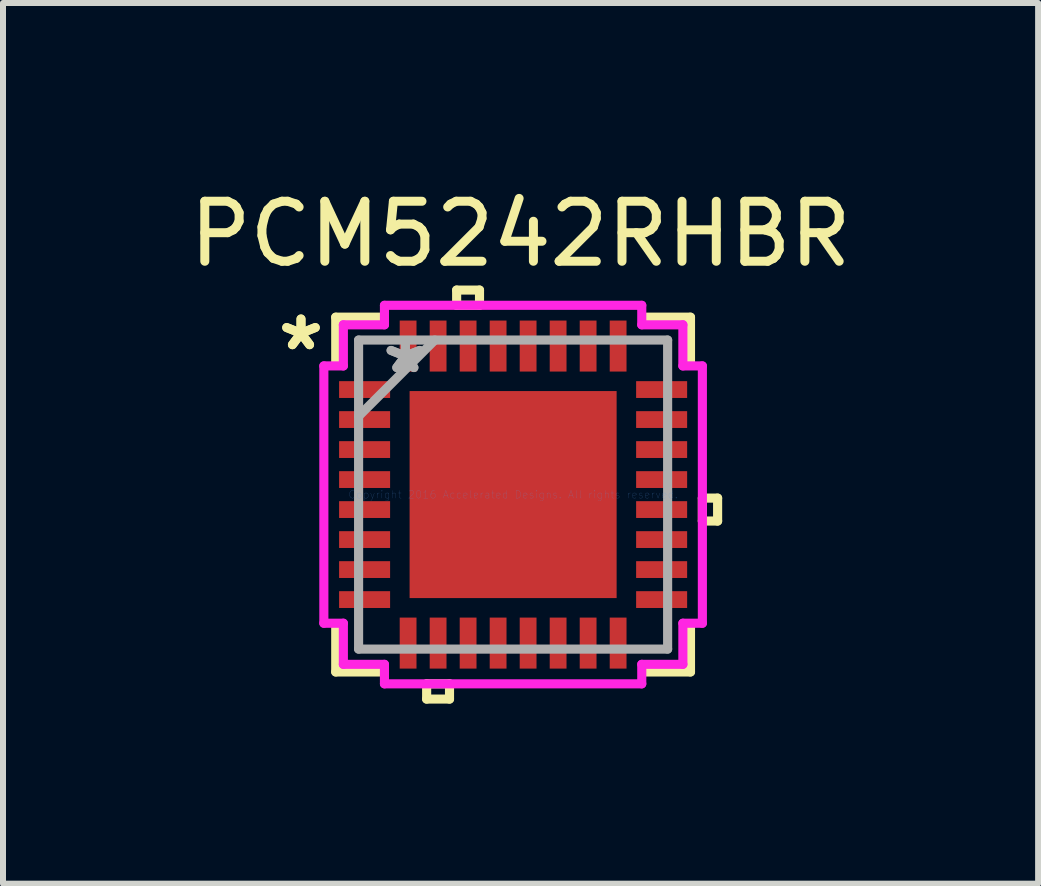
<source format=kicad_pcb>
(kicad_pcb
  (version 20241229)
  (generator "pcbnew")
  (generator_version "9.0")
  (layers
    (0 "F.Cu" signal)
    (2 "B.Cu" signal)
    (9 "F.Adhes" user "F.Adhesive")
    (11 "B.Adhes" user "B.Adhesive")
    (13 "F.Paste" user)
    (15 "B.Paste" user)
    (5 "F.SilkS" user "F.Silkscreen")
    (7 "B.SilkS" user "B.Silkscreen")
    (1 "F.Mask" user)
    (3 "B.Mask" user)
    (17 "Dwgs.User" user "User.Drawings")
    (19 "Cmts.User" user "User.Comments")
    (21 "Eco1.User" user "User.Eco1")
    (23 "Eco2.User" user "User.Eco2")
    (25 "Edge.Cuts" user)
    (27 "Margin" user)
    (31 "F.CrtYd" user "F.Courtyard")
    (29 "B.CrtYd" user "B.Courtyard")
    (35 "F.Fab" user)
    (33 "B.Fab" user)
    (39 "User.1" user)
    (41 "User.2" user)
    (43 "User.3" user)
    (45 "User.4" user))
  (footprint "PCM5242RHBR"
    (layer "F.Cu")
    (at 5.501 5.192)
    (property "Reference" "PCM5242RHBR" (at 0.124 -4.343 0) (layer "F.SilkS") (effects (font (size 1 1) (thickness 0.15))))
    (attr through_hole)
    (fp_line (start -1.788 -1.788) (end -1.381 -1.788) (stroke (width 0.152) (type solid)) (layer "F.Mask"))
    (fp_line (start -1.788 -1.788) (end 1.788 -1.788) (stroke (width 0.152) (type solid)) (layer "F.Mask"))
    (fp_line (start -1.788 -1.381) (end -1.788 -1.788) (stroke (width 0.152) (type solid)) (layer "F.Mask"))
    (fp_line (start -1.788 -0.981) (end 1.788 -0.981) (stroke (width 0.152) (type solid)) (layer "F.Mask"))
    (fp_line (start -1.788 -0.594) (end -1.788 -0.981) (stroke (width 0.152) (type solid)) (layer "F.Mask"))
    (fp_line (start -1.788 -0.194) (end 1.788 -0.194) (stroke (width 0.152) (type solid)) (layer "F.Mask"))
    (fp_line (start -1.788 0.194) (end -1.788 -0.194) (stroke (width 0.152) (type solid)) (layer "F.Mask"))
    (fp_line (start -1.788 0.594) (end 1.788 0.594) (stroke (width 0.152) (type solid)) (layer "F.Mask"))
    (fp_line (start -1.788 0.981) (end -1.788 0.594) (stroke (width 0.152) (type solid)) (layer "F.Mask"))
    (fp_line (start -1.788 1.381) (end 1.788 1.381) (stroke (width 0.152) (type solid)) (layer "F.Mask"))
    (fp_line (start -1.788 1.788) (end -1.788 -1.788) (stroke (width 0.152) (type solid)) (layer "F.Mask"))
    (fp_line (start -1.788 1.788) (end -1.788 1.381) (stroke (width 0.152) (type solid)) (layer "F.Mask"))
    (fp_line (start -1.381 -1.788) (end -1.381 1.788) (stroke (width 0.152) (type solid)) (layer "F.Mask"))
    (fp_line (start -1.381 1.788) (end -1.788 1.788) (stroke (width 0.152) (type solid)) (layer "F.Mask"))
    (fp_line (start -0.981 -1.788) (end -0.981 1.788) (stroke (width 0.152) (type solid)) (layer "F.Mask"))
    (fp_line (start -0.981 1.788) (end -0.594 1.788) (stroke (width 0.152) (type solid)) (layer "F.Mask"))
    (fp_line (start -0.594 -1.788) (end -0.981 -1.788) (stroke (width 0.152) (type solid)) (layer "F.Mask"))
    (fp_line (start -0.594 1.788) (end -0.594 -1.788) (stroke (width 0.152) (type solid)) (layer "F.Mask"))
    (fp_line (start -0.194 -1.788) (end -0.194 1.788) (stroke (width 0.152) (type solid)) (layer "F.Mask"))
    (fp_line (start -0.194 1.788) (end 0.194 1.788) (stroke (width 0.152) (type solid)) (layer "F.Mask"))
    (fp_line (start 0.194 -1.788) (end -0.194 -1.788) (stroke (width 0.152) (type solid)) (layer "F.Mask"))
    (fp_line (start 0.194 1.788) (end 0.194 -1.788) (stroke (width 0.152) (type solid)) (layer "F.Mask"))
    (fp_line (start 0.594 -1.788) (end 0.594 1.788) (stroke (width 0.152) (type solid)) (layer "F.Mask"))
    (fp_line (start 0.594 1.788) (end 0.981 1.788) (stroke (width 0.152) (type solid)) (layer "F.Mask"))
    (fp_line (start 0.981 -1.788) (end 0.594 -1.788) (stroke (width 0.152) (type solid)) (layer "F.Mask"))
    (fp_line (start 0.981 1.788) (end 0.981 -1.788) (stroke (width 0.152) (type solid)) (layer "F.Mask"))
    (fp_line (start 1.381 -1.788) (end 1.788 -1.788) (stroke (width 0.152) (type solid)) (layer "F.Mask"))
    (fp_line (start 1.381 1.788) (end 1.381 -1.788) (stroke (width 0.152) (type solid)) (layer "F.Mask"))
    (fp_line (start 1.788 -1.788) (end 1.788 -1.381) (stroke (width 0.152) (type solid)) (layer "F.Mask"))
    (fp_line (start 1.788 -1.788) (end 1.788 1.788) (stroke (width 0.152) (type solid)) (layer "F.Mask"))
    (fp_line (start 1.788 -1.381) (end -1.788 -1.381) (stroke (width 0.152) (type solid)) (layer "F.Mask"))
    (fp_line (start 1.788 -0.981) (end 1.788 -0.594) (stroke (width 0.152) (type solid)) (layer "F.Mask"))
    (fp_line (start 1.788 -0.594) (end -1.788 -0.594) (stroke (width 0.152) (type solid)) (layer "F.Mask"))
    (fp_line (start 1.788 -0.194) (end 1.788 0.194) (stroke (width 0.152) (type solid)) (layer "F.Mask"))
    (fp_line (start 1.788 0.194) (end -1.788 0.194) (stroke (width 0.152) (type solid)) (layer "F.Mask"))
    (fp_line (start 1.788 0.594) (end 1.788 0.981) (stroke (width 0.152) (type solid)) (layer "F.Mask"))
    (fp_line (start 1.788 0.981) (end -1.788 0.981) (stroke (width 0.152) (type solid)) (layer "F.Mask"))
    (fp_line (start 1.788 1.381) (end 1.788 1.788) (stroke (width 0.152) (type solid)) (layer "F.Mask"))
    (fp_line (start 1.788 1.788) (end -1.788 1.788) (stroke (width 0.152) (type solid)) (layer "F.Mask"))
    (fp_line (start 1.788 1.788) (end 1.381 1.788) (stroke (width 0.152) (type solid)) (layer "F.Mask"))
    (fp_line (start -2.956 -2.956) (end -2.956 -2.218) (stroke (width 0.152) (type solid)) (layer "F.SilkS"))
    (fp_line (start -2.956 2.218) (end -2.956 2.956) (stroke (width 0.152) (type solid)) (layer "F.SilkS"))
    (fp_line (start -2.956 2.956) (end -2.218 2.956) (stroke (width 0.152) (type solid)) (layer "F.SilkS"))
    (fp_line (start -2.218 -2.956) (end -2.956 -2.956) (stroke (width 0.152) (type solid)) (layer "F.SilkS"))
    (fp_line (start -1.441 3.154) (end -1.441 3.408) (stroke (width 0.152) (type solid)) (layer "F.SilkS"))
    (fp_line (start -1.441 3.408) (end -1.06 3.408) (stroke (width 0.152) (type solid)) (layer "F.SilkS"))
    (fp_line (start -1.06 3.154) (end -1.441 3.154) (stroke (width 0.152) (type solid)) (layer "F.SilkS"))
    (fp_line (start -1.06 3.408) (end -1.06 3.154) (stroke (width 0.152) (type solid)) (layer "F.SilkS"))
    (fp_line (start -0.941 -3.408) (end -0.56 -3.408) (stroke (width 0.152) (type solid)) (layer "F.SilkS"))
    (fp_line (start -0.941 -3.154) (end -0.941 -3.408) (stroke (width 0.152) (type solid)) (layer "F.SilkS"))
    (fp_line (start -0.56 -3.408) (end -0.56 -3.154) (stroke (width 0.152) (type solid)) (layer "F.SilkS"))
    (fp_line (start -0.56 -3.154) (end -0.941 -3.154) (stroke (width 0.152) (type solid)) (layer "F.SilkS"))
    (fp_line (start 2.218 2.956) (end 2.956 2.956) (stroke (width 0.152) (type solid)) (layer "F.SilkS"))
    (fp_line (start 2.956 -2.956) (end 2.218 -2.956) (stroke (width 0.152) (type solid)) (layer "F.SilkS"))
    (fp_line (start 2.956 -2.218) (end 2.956 -2.956) (stroke (width 0.152) (type solid)) (layer "F.SilkS"))
    (fp_line (start 2.956 2.956) (end 2.956 2.218) (stroke (width 0.152) (type solid)) (layer "F.SilkS"))
    (fp_line (start 3.154 0.059) (end 3.408 0.059) (stroke (width 0.152) (type solid)) (layer "F.SilkS"))
    (fp_line (start 3.154 0.441) (end 3.154 0.059) (stroke (width 0.152) (type solid)) (layer "F.SilkS"))
    (fp_line (start 3.408 0.059) (end 3.408 0.441) (stroke (width 0.152) (type solid)) (layer "F.SilkS"))
    (fp_line (start 3.408 0.441) (end 3.154 0.441) (stroke (width 0.152) (type solid)) (layer "F.SilkS"))
    (fp_line (start -1.65 -1.65) (end -1.65 -1.281) (stroke (width 0.152) (type solid)) (layer "F.Paste"))
    (fp_line (start -1.65 -1.281) (end -1.423 -1.281) (stroke (width 0.152) (type solid)) (layer "F.Paste"))
    (fp_line (start -1.65 -1.081) (end -1.65 -0.494) (stroke (width 0.152) (type solid)) (layer "F.Paste"))
    (fp_line (start -1.65 -0.494) (end -1.423 -0.494) (stroke (width 0.152) (type solid)) (layer "F.Paste"))
    (fp_line (start -1.65 -0.294) (end -1.65 0.294) (stroke (width 0.152) (type solid)) (layer "F.Paste"))
    (fp_line (start -1.65 0.294) (end -1.423 0.294) (stroke (width 0.152) (type solid)) (layer "F.Paste"))
    (fp_line (start -1.65 0.494) (end -1.65 1.081) (stroke (width 0.152) (type solid)) (layer "F.Paste"))
    (fp_line (start -1.65 1.081) (end -1.423 1.081) (stroke (width 0.152) (type solid)) (layer "F.Paste"))
    (fp_line (start -1.65 1.281) (end -1.65 1.65) (stroke (width 0.152) (type solid)) (layer "F.Paste"))
    (fp_line (start -1.65 1.65) (end -1.281 1.65) (stroke (width 0.152) (type solid)) (layer "F.Paste"))
    (fp_line (start -1.423 -1.281) (end -1.423 -1.281) (stroke (width 0.152) (type solid)) (layer "F.Paste"))
    (fp_line (start -1.423 -1.281) (end -1.281 -1.423) (stroke (width 0.152) (type solid)) (layer "F.Paste"))
    (fp_line (start -1.423 -1.081) (end -1.65 -1.081) (stroke (width 0.152) (type solid)) (layer "F.Paste"))
    (fp_line (start -1.423 -1.081) (end -1.423 -1.081) (stroke (width 0.152) (type solid)) (layer "F.Paste"))
    (fp_line (start -1.423 -0.494) (end -1.423 -0.494) (stroke (width 0.152) (type solid)) (layer "F.Paste"))
    (fp_line (start -1.423 -0.494) (end -1.281 -0.635) (stroke (width 0.152) (type solid)) (layer "F.Paste"))
    (fp_line (start -1.423 -0.294) (end -1.65 -0.294) (stroke (width 0.152) (type solid)) (layer "F.Paste"))
    (fp_line (start -1.423 -0.294) (end -1.423 -0.294) (stroke (width 0.152) (type solid)) (layer "F.Paste"))
    (fp_line (start -1.423 0.294) (end -1.423 0.294) (stroke (width 0.152) (type solid)) (layer "F.Paste"))
    (fp_line (start -1.423 0.294) (end -1.281 0.152) (stroke (width 0.152) (type solid)) (layer "F.Paste"))
    (fp_line (start -1.423 0.494) (end -1.65 0.494) (stroke (width 0.152) (type solid)) (layer "F.Paste"))
    (fp_line (start -1.423 0.494) (end -1.423 0.494) (stroke (width 0.152) (type solid)) (layer "F.Paste"))
    (fp_line (start -1.423 1.081) (end -1.423 1.081) (stroke (width 0.152) (type solid)) (layer "F.Paste"))
    (fp_line (start -1.423 1.081) (end -1.281 0.94) (stroke (width 0.152) (type solid)) (layer "F.Paste"))
    (fp_line (start -1.423 1.281) (end -1.65 1.281) (stroke (width 0.152) (type solid)) (layer "F.Paste"))
    (fp_line (start -1.423 1.281) (end -1.423 1.281) (stroke (width 0.152) (type solid)) (layer "F.Paste"))
    (fp_line (start -1.281 -1.65) (end -1.65 -1.65) (stroke (width 0.152) (type solid)) (layer "F.Paste"))
    (fp_line (start -1.281 -1.423) (end -1.281 -1.65) (stroke (width 0.152) (type solid)) (layer "F.Paste"))
    (fp_line (start -1.281 -1.423) (end -1.281 -1.423) (stroke (width 0.152) (type solid)) (layer "F.Paste"))
    (fp_line (start -1.281 -0.94) (end -1.423 -1.081) (stroke (width 0.152) (type solid)) (layer "F.Paste"))
    (fp_line (start -1.281 -0.94) (end -1.281 -0.94) (stroke (width 0.152) (type solid)) (layer "F.Paste"))
    (fp_line (start -1.281 -0.635) (end -1.281 -0.94) (stroke (width 0.152) (type solid)) (layer "F.Paste"))
    (fp_line (start -1.281 -0.635) (end -1.281 -0.635) (stroke (width 0.152) (type solid)) (layer "F.Paste"))
    (fp_line (start -1.281 -0.152) (end -1.423 -0.294) (stroke (width 0.152) (type solid)) (layer "F.Paste"))
    (fp_line (start -1.281 -0.152) (end -1.281 -0.152) (stroke (width 0.152) (type solid)) (layer "F.Paste"))
    (fp_line (start -1.281 0.152) (end -1.281 -0.152) (stroke (width 0.152) (type solid)) (layer "F.Paste"))
    (fp_line (start -1.281 0.152) (end -1.281 0.152) (stroke (width 0.152) (type solid)) (layer "F.Paste"))
    (fp_line (start -1.281 0.635) (end -1.423 0.494) (stroke (width 0.152) (type solid)) (layer "F.Paste"))
    (fp_line (start -1.281 0.635) (end -1.281 0.635) (stroke (width 0.152) (type solid)) (layer "F.Paste"))
    (fp_line (start -1.281 0.94) (end -1.281 0.635) (stroke (width 0.152) (type solid)) (layer "F.Paste"))
    (fp_line (start -1.281 0.94) (end -1.281 0.94) (stroke (width 0.152) (type solid)) (layer "F.Paste"))
    (fp_line (start -1.281 1.423) (end -1.423 1.281) (stroke (width 0.152) (type solid)) (layer "F.Paste"))
    (fp_line (start -1.281 1.423) (end -1.281 1.423) (stroke (width 0.152) (type solid)) (layer "F.Paste"))
    (fp_line (start -1.281 1.65) (end -1.281 1.423) (stroke (width 0.152) (type solid)) (layer "F.Paste"))
    (fp_line (start -1.081 -1.65) (end -1.081 -1.423) (stroke (width 0.152) (type solid)) (layer "F.Paste"))
    (fp_line (start -1.081 -1.423) (end -1.081 -1.423) (stroke (width 0.152) (type solid)) (layer "F.Paste"))
    (fp_line (start -1.081 -1.423) (end -0.94 -1.281) (stroke (width 0.152) (type solid)) (layer "F.Paste"))
    (fp_line (start -1.081 -0.94) (end -1.081 -0.94) (stroke (width 0.152) (type solid)) (layer "F.Paste"))
    (fp_line (start -1.081 -0.94) (end -1.081 -0.635) (stroke (width 0.152) (type solid)) (layer "F.Paste"))
    (fp_line (start -1.081 -0.635) (end -1.081 -0.635) (stroke (width 0.152) (type solid)) (layer "F.Paste"))
    (fp_line (start -1.081 -0.635) (end -0.94 -0.494) (stroke (width 0.152) (type solid)) (layer "F.Paste"))
    (fp_line (start -1.081 -0.152) (end -1.081 -0.152) (stroke (width 0.152) (type solid)) (layer "F.Paste"))
    (fp_line (start -1.081 -0.152) (end -1.081 0.152) (stroke (width 0.152) (type solid)) (layer "F.Paste"))
    (fp_line (start -1.081 0.152) (end -1.081 0.152) (stroke (width 0.152) (type solid)) (layer "F.Paste"))
    (fp_line (start -1.081 0.152) (end -0.94 0.294) (stroke (width 0.152) (type solid)) (layer "F.Paste"))
    (fp_line (start -1.081 0.635) (end -1.081 0.635) (stroke (width 0.152) (type solid)) (layer "F.Paste"))
    (fp_line (start -1.081 0.635) (end -1.081 0.94) (stroke (width 0.152) (type solid)) (layer "F.Paste"))
    (fp_line (start -1.081 0.94) (end -1.081 0.94) (stroke (width 0.152) (type solid)) (layer "F.Paste"))
    (fp_line (start -1.081 0.94) (end -0.94 1.081) (stroke (width 0.152) (type solid)) (layer "F.Paste"))
    (fp_line (start -1.081 1.423) (end -1.081 1.423) (stroke (width 0.152) (type solid)) (layer "F.Paste"))
    (fp_line (start -1.081 1.423) (end -1.081 1.65) (stroke (width 0.152) (type solid)) (layer "F.Paste"))
    (fp_line (start -1.081 1.65) (end -0.494 1.65) (stroke (width 0.152) (type solid)) (layer "F.Paste"))
    (fp_line (start -0.94 -1.281) (end -0.94 -1.281) (stroke (width 0.152) (type solid)) (layer "F.Paste"))
    (fp_line (start -0.94 -1.281) (end -0.635 -1.281) (stroke (width 0.152) (type solid)) (layer "F.Paste"))
    (fp_line (start -0.94 -1.081) (end -1.081 -0.94) (stroke (width 0.152) (type solid)) (layer "F.Paste"))
    (fp_line (start -0.94 -1.081) (end -0.94 -1.081) (stroke (width 0.152) (type solid)) (layer "F.Paste"))
    (fp_line (start -0.94 -0.494) (end -0.94 -0.494) (stroke (width 0.152) (type solid)) (layer "F.Paste"))
    (fp_line (start -0.94 -0.494) (end -0.635 -0.494) (stroke (width 0.152) (type solid)) (layer "F.Paste"))
    (fp_line (start -0.94 -0.294) (end -1.081 -0.152) (stroke (width 0.152) (type solid)) (layer "F.Paste"))
    (fp_line (start -0.94 -0.294) (end -0.94 -0.294) (stroke (width 0.152) (type solid)) (layer "F.Paste"))
    (fp_line (start -0.94 0.294) (end -0.94 0.294) (stroke (width 0.152) (type solid)) (layer "F.Paste"))
    (fp_line (start -0.94 0.294) (end -0.635 0.294) (stroke (width 0.152) (type solid)) (layer "F.Paste"))
    (fp_line (start -0.94 0.494) (end -1.081 0.635) (stroke (width 0.152) (type solid)) (layer "F.Paste"))
    (fp_line (start -0.94 0.494) (end -0.94 0.494) (stroke (width 0.152) (type solid)) (layer "F.Paste"))
    (fp_line (start -0.94 1.081) (end -0.94 1.081) (stroke (width 0.152) (type solid)) (layer "F.Paste"))
    (fp_line (start -0.94 1.081) (end -0.635 1.081) (stroke (width 0.152) (type solid)) (layer "F.Paste"))
    (fp_line (start -0.94 1.281) (end -1.081 1.423) (stroke (width 0.152) (type solid)) (layer "F.Paste"))
    (fp_line (start -0.94 1.281) (end -0.94 1.281) (stroke (width 0.152) (type solid)) (layer "F.Paste"))
    (fp_line (start -0.635 -1.281) (end -0.635 -1.281) (stroke (width 0.152) (type solid)) (layer "F.Paste"))
    (fp_line (start -0.635 -1.281) (end -0.494 -1.423) (stroke (width 0.152) (type solid)) (layer "F.Paste"))
    (fp_line (start -0.635 -1.081) (end -0.94 -1.081) (stroke (width 0.152) (type solid)) (layer "F.Paste"))
    (fp_line (start -0.635 -1.081) (end -0.635 -1.081) (stroke (width 0.152) (type solid)) (layer "F.Paste"))
    (fp_line (start -0.635 -0.494) (end -0.635 -0.494) (stroke (width 0.152) (type solid)) (layer "F.Paste"))
    (fp_line (start -0.635 -0.494) (end -0.494 -0.635) (stroke (width 0.152) (type solid)) (layer "F.Paste"))
    (fp_line (start -0.635 -0.294) (end -0.94 -0.294) (stroke (width 0.152) (type solid)) (layer "F.Paste"))
    (fp_line (start -0.635 -0.294) (end -0.635 -0.294) (stroke (width 0.152) (type solid)) (layer "F.Paste"))
    (fp_line (start -0.635 0.294) (end -0.635 0.294) (stroke (width 0.152) (type solid)) (layer "F.Paste"))
    (fp_line (start -0.635 0.294) (end -0.494 0.152) (stroke (width 0.152) (type solid)) (layer "F.Paste"))
    (fp_line (start -0.635 0.494) (end -0.94 0.494) (stroke (width 0.152) (type solid)) (layer "F.Paste"))
    (fp_line (start -0.635 0.494) (end -0.635 0.494) (stroke (width 0.152) (type solid)) (layer "F.Paste"))
    (fp_line (start -0.635 1.081) (end -0.635 1.081) (stroke (width 0.152) (type solid)) (layer "F.Paste"))
    (fp_line (start -0.635 1.081) (end -0.494 0.94) (stroke (width 0.152) (type solid)) (layer "F.Paste"))
    (fp_line (start -0.635 1.281) (end -0.94 1.281) (stroke (width 0.152) (type solid)) (layer "F.Paste"))
    (fp_line (start -0.635 1.281) (end -0.635 1.281) (stroke (width 0.152) (type solid)) (layer "F.Paste"))
    (fp_line (start -0.494 -1.65) (end -1.081 -1.65) (stroke (width 0.152) (type solid)) (layer "F.Paste"))
    (fp_line (start -0.494 -1.423) (end -0.494 -1.65) (stroke (width 0.152) (type solid)) (layer "F.Paste"))
    (fp_line (start -0.494 -1.423) (end -0.494 -1.423) (stroke (width 0.152) (type solid)) (layer "F.Paste"))
    (fp_line (start -0.494 -0.94) (end -0.635 -1.081) (stroke (width 0.152) (type solid)) (layer "F.Paste"))
    (fp_line (start -0.494 -0.94) (end -0.494 -0.94) (stroke (width 0.152) (type solid)) (layer "F.Paste"))
    (fp_line (start -0.494 -0.635) (end -0.494 -0.94) (stroke (width 0.152) (type solid)) (layer "F.Paste"))
    (fp_line (start -0.494 -0.635) (end -0.494 -0.635) (stroke (width 0.152) (type solid)) (layer "F.Paste"))
    (fp_line (start -0.494 -0.152) (end -0.635 -0.294) (stroke (width 0.152) (type solid)) (layer "F.Paste"))
    (fp_line (start -0.494 -0.152) (end -0.494 -0.152) (stroke (width 0.152) (type solid)) (layer "F.Paste"))
    (fp_line (start -0.494 0.152) (end -0.494 -0.152) (stroke (width 0.152) (type solid)) (layer "F.Paste"))
    (fp_line (start -0.494 0.152) (end -0.494 0.152) (stroke (width 0.152) (type solid)) (layer "F.Paste"))
    (fp_line (start -0.494 0.635) (end -0.635 0.494) (stroke (width 0.152) (type solid)) (layer "F.Paste"))
    (fp_line (start -0.494 0.635) (end -0.494 0.635) (stroke (width 0.152) (type solid)) (layer "F.Paste"))
    (fp_line (start -0.494 0.94) (end -0.494 0.635) (stroke (width 0.152) (type solid)) (layer "F.Paste"))
    (fp_line (start -0.494 0.94) (end -0.494 0.94) (stroke (width 0.152) (type solid)) (layer "F.Paste"))
    (fp_line (start -0.494 1.423) (end -0.635 1.281) (stroke (width 0.152) (type solid)) (layer "F.Paste"))
    (fp_line (start -0.494 1.423) (end -0.494 1.423) (stroke (width 0.152) (type solid)) (layer "F.Paste"))
    (fp_line (start -0.494 1.65) (end -0.494 1.423) (stroke (width 0.152) (type solid)) (layer "F.Paste"))
    (fp_line (start -0.294 -1.65) (end -0.294 -1.423) (stroke (width 0.152) (type solid)) (layer "F.Paste"))
    (fp_line (start -0.294 -1.423) (end -0.294 -1.423) (stroke (width 0.152) (type solid)) (layer "F.Paste"))
    (fp_line (start -0.294 -1.423) (end -0.152 -1.281) (stroke (width 0.152) (type solid)) (layer "F.Paste"))
    (fp_line (start -0.294 -0.94) (end -0.294 -0.94) (stroke (width 0.152) (type solid)) (layer "F.Paste"))
    (fp_line (start -0.294 -0.94) (end -0.294 -0.635) (stroke (width 0.152) (type solid)) (layer "F.Paste"))
    (fp_line (start -0.294 -0.635) (end -0.294 -0.635) (stroke (width 0.152) (type solid)) (layer "F.Paste"))
    (fp_line (start -0.294 -0.635) (end -0.152 -0.494) (stroke (width 0.152) (type solid)) (layer "F.Paste"))
    (fp_line (start -0.294 -0.152) (end -0.294 -0.152) (stroke (width 0.152) (type solid)) (layer "F.Paste"))
    (fp_line (start -0.294 -0.152) (end -0.294 0.152) (stroke (width 0.152) (type solid)) (layer "F.Paste"))
    (fp_line (start -0.294 0.152) (end -0.294 0.152) (stroke (width 0.152) (type solid)) (layer "F.Paste"))
    (fp_line (start -0.294 0.152) (end -0.152 0.294) (stroke (width 0.152) (type solid)) (layer "F.Paste"))
    (fp_line (start -0.294 0.635) (end -0.294 0.635) (stroke (width 0.152) (type solid)) (layer "F.Paste"))
    (fp_line (start -0.294 0.635) (end -0.294 0.94) (stroke (width 0.152) (type solid)) (layer "F.Paste"))
    (fp_line (start -0.294 0.94) (end -0.294 0.94) (stroke (width 0.152) (type solid)) (layer "F.Paste"))
    (fp_line (start -0.294 0.94) (end -0.152 1.081) (stroke (width 0.152) (type solid)) (layer "F.Paste"))
    (fp_line (start -0.294 1.423) (end -0.294 1.423) (stroke (width 0.152) (type solid)) (layer "F.Paste"))
    (fp_line (start -0.294 1.423) (end -0.294 1.65) (stroke (width 0.152) (type solid)) (layer "F.Paste"))
    (fp_line (start -0.294 1.65) (end 0.294 1.65) (stroke (width 0.152) (type solid)) (layer "F.Paste"))
    (fp_line (start -0.152 -1.281) (end -0.152 -1.281) (stroke (width 0.152) (type solid)) (layer "F.Paste"))
    (fp_line (start -0.152 -1.281) (end 0.152 -1.281) (stroke (width 0.152) (type solid)) (layer "F.Paste"))
    (fp_line (start -0.152 -1.081) (end -0.294 -0.94) (stroke (width 0.152) (type solid)) (layer "F.Paste"))
    (fp_line (start -0.152 -1.081) (end -0.152 -1.081) (stroke (width 0.152) (type solid)) (layer "F.Paste"))
    (fp_line (start -0.152 -0.494) (end -0.152 -0.494) (stroke (width 0.152) (type solid)) (layer "F.Paste"))
    (fp_line (start -0.152 -0.494) (end 0.152 -0.494) (stroke (width 0.152) (type solid)) (layer "F.Paste"))
    (fp_line (start -0.152 -0.294) (end -0.294 -0.152) (stroke (width 0.152) (type solid)) (layer "F.Paste"))
    (fp_line (start -0.152 -0.294) (end -0.152 -0.294) (stroke (width 0.152) (type solid)) (layer "F.Paste"))
    (fp_line (start -0.152 0.294) (end -0.152 0.294) (stroke (width 0.152) (type solid)) (layer "F.Paste"))
    (fp_line (start -0.152 0.294) (end 0.152 0.294) (stroke (width 0.152) (type solid)) (layer "F.Paste"))
    (fp_line (start -0.152 0.494) (end -0.294 0.635) (stroke (width 0.152) (type solid)) (layer "F.Paste"))
    (fp_line (start -0.152 0.494) (end -0.152 0.494) (stroke (width 0.152) (type solid)) (layer "F.Paste"))
    (fp_line (start -0.152 1.081) (end -0.152 1.081) (stroke (width 0.152) (type solid)) (layer "F.Paste"))
    (fp_line (start -0.152 1.081) (end 0.152 1.081) (stroke (width 0.152) (type solid)) (layer "F.Paste"))
    (fp_line (start -0.152 1.281) (end -0.294 1.423) (stroke (width 0.152) (type solid)) (layer "F.Paste"))
    (fp_line (start -0.152 1.281) (end -0.152 1.281) (stroke (width 0.152) (type solid)) (layer "F.Paste"))
    (fp_line (start 0.152 -1.281) (end 0.152 -1.281) (stroke (width 0.152) (type solid)) (layer "F.Paste"))
    (fp_line (start 0.152 -1.281) (end 0.294 -1.423) (stroke (width 0.152) (type solid)) (layer "F.Paste"))
    (fp_line (start 0.152 -1.081) (end -0.152 -1.081) (stroke (width 0.152) (type solid)) (layer "F.Paste"))
    (fp_line (start 0.152 -1.081) (end 0.152 -1.081) (stroke (width 0.152) (type solid)) (layer "F.Paste"))
    (fp_line (start 0.152 -0.494) (end 0.152 -0.494) (stroke (width 0.152) (type solid)) (layer "F.Paste"))
    (fp_line (start 0.152 -0.494) (end 0.294 -0.635) (stroke (width 0.152) (type solid)) (layer "F.Paste"))
    (fp_line (start 0.152 -0.294) (end -0.152 -0.294) (stroke (width 0.152) (type solid)) (layer "F.Paste"))
    (fp_line (start 0.152 -0.294) (end 0.152 -0.294) (stroke (width 0.152) (type solid)) (layer "F.Paste"))
    (fp_line (start 0.152 0.294) (end 0.152 0.294) (stroke (width 0.152) (type solid)) (layer "F.Paste"))
    (fp_line (start 0.152 0.294) (end 0.294 0.152) (stroke (width 0.152) (type solid)) (layer "F.Paste"))
    (fp_line (start 0.152 0.494) (end -0.152 0.494) (stroke (width 0.152) (type solid)) (layer "F.Paste"))
    (fp_line (start 0.152 0.494) (end 0.152 0.494) (stroke (width 0.152) (type solid)) (layer "F.Paste"))
    (fp_line (start 0.152 1.081) (end 0.152 1.081) (stroke (width 0.152) (type solid)) (layer "F.Paste"))
    (fp_line (start 0.152 1.081) (end 0.294 0.94) (stroke (width 0.152) (type solid)) (layer "F.Paste"))
    (fp_line (start 0.152 1.281) (end -0.152 1.281) (stroke (width 0.152) (type solid)) (layer "F.Paste"))
    (fp_line (start 0.152 1.281) (end 0.152 1.281) (stroke (width 0.152) (type solid)) (layer "F.Paste"))
    (fp_line (start 0.294 -1.65) (end -0.294 -1.65) (stroke (width 0.152) (type solid)) (layer "F.Paste"))
    (fp_line (start 0.294 -1.423) (end 0.294 -1.65) (stroke (width 0.152) (type solid)) (layer "F.Paste"))
    (fp_line (start 0.294 -1.423) (end 0.294 -1.423) (stroke (width 0.152) (type solid)) (layer "F.Paste"))
    (fp_line (start 0.294 -0.94) (end 0.152 -1.081) (stroke (width 0.152) (type solid)) (layer "F.Paste"))
    (fp_line (start 0.294 -0.94) (end 0.294 -0.94) (stroke (width 0.152) (type solid)) (layer "F.Paste"))
    (fp_line (start 0.294 -0.635) (end 0.294 -0.94) (stroke (width 0.152) (type solid)) (layer "F.Paste"))
    (fp_line (start 0.294 -0.635) (end 0.294 -0.635) (stroke (width 0.152) (type solid)) (layer "F.Paste"))
    (fp_line (start 0.294 -0.152) (end 0.152 -0.294) (stroke (width 0.152) (type solid)) (layer "F.Paste"))
    (fp_line (start 0.294 -0.152) (end 0.294 -0.152) (stroke (width 0.152) (type solid)) (layer "F.Paste"))
    (fp_line (start 0.294 0.152) (end 0.294 -0.152) (stroke (width 0.152) (type solid)) (layer "F.Paste"))
    (fp_line (start 0.294 0.152) (end 0.294 0.152) (stroke (width 0.152) (type solid)) (layer "F.Paste"))
    (fp_line (start 0.294 0.635) (end 0.152 0.494) (stroke (width 0.152) (type solid)) (layer "F.Paste"))
    (fp_line (start 0.294 0.635) (end 0.294 0.635) (stroke (width 0.152) (type solid)) (layer "F.Paste"))
    (fp_line (start 0.294 0.94) (end 0.294 0.635) (stroke (width 0.152) (type solid)) (layer "F.Paste"))
    (fp_line (start 0.294 0.94) (end 0.294 0.94) (stroke (width 0.152) (type solid)) (layer "F.Paste"))
    (fp_line (start 0.294 1.423) (end 0.152 1.281) (stroke (width 0.152) (type solid)) (layer "F.Paste"))
    (fp_line (start 0.294 1.423) (end 0.294 1.423) (stroke (width 0.152) (type solid)) (layer "F.Paste"))
    (fp_line (start 0.294 1.65) (end 0.294 1.423) (stroke (width 0.152) (type solid)) (layer "F.Paste"))
    (fp_line (start 0.494 -1.65) (end 0.494 -1.423) (stroke (width 0.152) (type solid)) (layer "F.Paste"))
    (fp_line (start 0.494 -1.423) (end 0.494 -1.423) (stroke (width 0.152) (type solid)) (layer "F.Paste"))
    (fp_line (start 0.494 -1.423) (end 0.635 -1.281) (stroke (width 0.152) (type solid)) (layer "F.Paste"))
    (fp_line (start 0.494 -0.94) (end 0.494 -0.94) (stroke (width 0.152) (type solid)) (layer "F.Paste"))
    (fp_line (start 0.494 -0.94) (end 0.494 -0.635) (stroke (width 0.152) (type solid)) (layer "F.Paste"))
    (fp_line (start 0.494 -0.635) (end 0.494 -0.635) (stroke (width 0.152) (type solid)) (layer "F.Paste"))
    (fp_line (start 0.494 -0.635) (end 0.635 -0.494) (stroke (width 0.152) (type solid)) (layer "F.Paste"))
    (fp_line (start 0.494 -0.152) (end 0.494 -0.152) (stroke (width 0.152) (type solid)) (layer "F.Paste"))
    (fp_line (start 0.494 -0.152) (end 0.494 0.152) (stroke (width 0.152) (type solid)) (layer "F.Paste"))
    (fp_line (start 0.494 0.152) (end 0.494 0.152) (stroke (width 0.152) (type solid)) (layer "F.Paste"))
    (fp_line (start 0.494 0.152) (end 0.635 0.294) (stroke (width 0.152) (type solid)) (layer "F.Paste"))
    (fp_line (start 0.494 0.635) (end 0.494 0.635) (stroke (width 0.152) (type solid)) (layer "F.Paste"))
    (fp_line (start 0.494 0.635) (end 0.494 0.94) (stroke (width 0.152) (type solid)) (layer "F.Paste"))
    (fp_line (start 0.494 0.94) (end 0.494 0.94) (stroke (width 0.152) (type solid)) (layer "F.Paste"))
    (fp_line (start 0.494 0.94) (end 0.635 1.081) (stroke (width 0.152) (type solid)) (layer "F.Paste"))
    (fp_line (start 0.494 1.423) (end 0.494 1.423) (stroke (width 0.152) (type solid)) (layer "F.Paste"))
    (fp_line (start 0.494 1.423) (end 0.494 1.65) (stroke (width 0.152) (type solid)) (layer "F.Paste"))
    (fp_line (start 0.494 1.65) (end 1.081 1.65) (stroke (width 0.152) (type solid)) (layer "F.Paste"))
    (fp_line (start 0.635 -1.281) (end 0.635 -1.281) (stroke (width 0.152) (type solid)) (layer "F.Paste"))
    (fp_line (start 0.635 -1.281) (end 0.94 -1.281) (stroke (width 0.152) (type solid)) (layer "F.Paste"))
    (fp_line (start 0.635 -1.081) (end 0.494 -0.94) (stroke (width 0.152) (type solid)) (layer "F.Paste"))
    (fp_line (start 0.635 -1.081) (end 0.635 -1.081) (stroke (width 0.152) (type solid)) (layer "F.Paste"))
    (fp_line (start 0.635 -0.494) (end 0.635 -0.494) (stroke (width 0.152) (type solid)) (layer "F.Paste"))
    (fp_line (start 0.635 -0.494) (end 0.94 -0.494) (stroke (width 0.152) (type solid)) (layer "F.Paste"))
    (fp_line (start 0.635 -0.294) (end 0.494 -0.152) (stroke (width 0.152) (type solid)) (layer "F.Paste"))
    (fp_line (start 0.635 -0.294) (end 0.635 -0.294) (stroke (width 0.152) (type solid)) (layer "F.Paste"))
    (fp_line (start 0.635 0.294) (end 0.635 0.294) (stroke (width 0.152) (type solid)) (layer "F.Paste"))
    (fp_line (start 0.635 0.294) (end 0.94 0.294) (stroke (width 0.152) (type solid)) (layer "F.Paste"))
    (fp_line (start 0.635 0.494) (end 0.494 0.635) (stroke (width 0.152) (type solid)) (layer "F.Paste"))
    (fp_line (start 0.635 0.494) (end 0.635 0.494) (stroke (width 0.152) (type solid)) (layer "F.Paste"))
    (fp_line (start 0.635 1.081) (end 0.635 1.081) (stroke (width 0.152) (type solid)) (layer "F.Paste"))
    (fp_line (start 0.635 1.081) (end 0.94 1.081) (stroke (width 0.152) (type solid)) (layer "F.Paste"))
    (fp_line (start 0.635 1.281) (end 0.494 1.423) (stroke (width 0.152) (type solid)) (layer "F.Paste"))
    (fp_line (start 0.635 1.281) (end 0.635 1.281) (stroke (width 0.152) (type solid)) (layer "F.Paste"))
    (fp_line (start 0.94 -1.281) (end 0.94 -1.281) (stroke (width 0.152) (type solid)) (layer "F.Paste"))
    (fp_line (start 0.94 -1.281) (end 1.081 -1.423) (stroke (width 0.152) (type solid)) (layer "F.Paste"))
    (fp_line (start 0.94 -1.081) (end 0.635 -1.081) (stroke (width 0.152) (type solid)) (layer "F.Paste"))
    (fp_line (start 0.94 -1.081) (end 0.94 -1.081) (stroke (width 0.152) (type solid)) (layer "F.Paste"))
    (fp_line (start 0.94 -0.494) (end 0.94 -0.494) (stroke (width 0.152) (type solid)) (layer "F.Paste"))
    (fp_line (start 0.94 -0.494) (end 1.081 -0.635) (stroke (width 0.152) (type solid)) (layer "F.Paste"))
    (fp_line (start 0.94 -0.294) (end 0.635 -0.294) (stroke (width 0.152) (type solid)) (layer "F.Paste"))
    (fp_line (start 0.94 -0.294) (end 0.94 -0.294) (stroke (width 0.152) (type solid)) (layer "F.Paste"))
    (fp_line (start 0.94 0.294) (end 0.94 0.294) (stroke (width 0.152) (type solid)) (layer "F.Paste"))
    (fp_line (start 0.94 0.294) (end 1.081 0.152) (stroke (width 0.152) (type solid)) (layer "F.Paste"))
    (fp_line (start 0.94 0.494) (end 0.635 0.494) (stroke (width 0.152) (type solid)) (layer "F.Paste"))
    (fp_line (start 0.94 0.494) (end 0.94 0.494) (stroke (width 0.152) (type solid)) (layer "F.Paste"))
    (fp_line (start 0.94 1.081) (end 0.94 1.081) (stroke (width 0.152) (type solid)) (layer "F.Paste"))
    (fp_line (start 0.94 1.081) (end 1.081 0.94) (stroke (width 0.152) (type solid)) (layer "F.Paste"))
    (fp_line (start 0.94 1.281) (end 0.635 1.281) (stroke (width 0.152) (type solid)) (layer "F.Paste"))
    (fp_line (start 0.94 1.281) (end 0.94 1.281) (stroke (width 0.152) (type solid)) (layer "F.Paste"))
    (fp_line (start 1.081 -1.65) (end 0.494 -1.65) (stroke (width 0.152) (type solid)) (layer "F.Paste"))
    (fp_line (start 1.081 -1.423) (end 1.081 -1.65) (stroke (width 0.152) (type solid)) (layer "F.Paste"))
    (fp_line (start 1.081 -1.423) (end 1.081 -1.423) (stroke (width 0.152) (type solid)) (layer "F.Paste"))
    (fp_line (start 1.081 -0.94) (end 0.94 -1.081) (stroke (width 0.152) (type solid)) (layer "F.Paste"))
    (fp_line (start 1.081 -0.94) (end 1.081 -0.94) (stroke (width 0.152) (type solid)) (layer "F.Paste"))
    (fp_line (start 1.081 -0.635) (end 1.081 -0.94) (stroke (width 0.152) (type solid)) (layer "F.Paste"))
    (fp_line (start 1.081 -0.635) (end 1.081 -0.635) (stroke (width 0.152) (type solid)) (layer "F.Paste"))
    (fp_line (start 1.081 -0.152) (end 0.94 -0.294) (stroke (width 0.152) (type solid)) (layer "F.Paste"))
    (fp_line (start 1.081 -0.152) (end 1.081 -0.152) (stroke (width 0.152) (type solid)) (layer "F.Paste"))
    (fp_line (start 1.081 0.152) (end 1.081 -0.152) (stroke (width 0.152) (type solid)) (layer "F.Paste"))
    (fp_line (start 1.081 0.152) (end 1.081 0.152) (stroke (width 0.152) (type solid)) (layer "F.Paste"))
    (fp_line (start 1.081 0.635) (end 0.94 0.494) (stroke (width 0.152) (type solid)) (layer "F.Paste"))
    (fp_line (start 1.081 0.635) (end 1.081 0.635) (stroke (width 0.152) (type solid)) (layer "F.Paste"))
    (fp_line (start 1.081 0.94) (end 1.081 0.635) (stroke (width 0.152) (type solid)) (layer "F.Paste"))
    (fp_line (start 1.081 0.94) (end 1.081 0.94) (stroke (width 0.152) (type solid)) (layer "F.Paste"))
    (fp_line (start 1.081 1.423) (end 0.94 1.281) (stroke (width 0.152) (type solid)) (layer "F.Paste"))
    (fp_line (start 1.081 1.423) (end 1.081 1.423) (stroke (width 0.152) (type solid)) (layer "F.Paste"))
    (fp_line (start 1.081 1.65) (end 1.081 1.423) (stroke (width 0.152) (type solid)) (layer "F.Paste"))
    (fp_line (start 1.281 -1.65) (end 1.281 -1.423) (stroke (width 0.152) (type solid)) (layer "F.Paste"))
    (fp_line (start 1.281 -1.423) (end 1.281 -1.423) (stroke (width 0.152) (type solid)) (layer "F.Paste"))
    (fp_line (start 1.281 -1.423) (end 1.423 -1.281) (stroke (width 0.152) (type solid)) (layer "F.Paste"))
    (fp_line (start 1.281 -0.94) (end 1.281 -0.94) (stroke (width 0.152) (type solid)) (layer "F.Paste"))
    (fp_line (start 1.281 -0.94) (end 1.281 -0.635) (stroke (width 0.152) (type solid)) (layer "F.Paste"))
    (fp_line (start 1.281 -0.635) (end 1.281 -0.635) (stroke (width 0.152) (type solid)) (layer "F.Paste"))
    (fp_line (start 1.281 -0.635) (end 1.423 -0.494) (stroke (width 0.152) (type solid)) (layer "F.Paste"))
    (fp_line (start 1.281 -0.152) (end 1.281 -0.152) (stroke (width 0.152) (type solid)) (layer "F.Paste"))
    (fp_line (start 1.281 -0.152) (end 1.281 0.152) (stroke (width 0.152) (type solid)) (layer "F.Paste"))
    (fp_line (start 1.281 0.152) (end 1.281 0.152) (stroke (width 0.152) (type solid)) (layer "F.Paste"))
    (fp_line (start 1.281 0.152) (end 1.423 0.294) (stroke (width 0.152) (type solid)) (layer "F.Paste"))
    (fp_line (start 1.281 0.635) (end 1.281 0.635) (stroke (width 0.152) (type solid)) (layer "F.Paste"))
    (fp_line (start 1.281 0.635) (end 1.281 0.94) (stroke (width 0.152) (type solid)) (layer "F.Paste"))
    (fp_line (start 1.281 0.94) (end 1.281 0.94) (stroke (width 0.152) (type solid)) (layer "F.Paste"))
    (fp_line (start 1.281 0.94) (end 1.423 1.081) (stroke (width 0.152) (type solid)) (layer "F.Paste"))
    (fp_line (start 1.281 1.423) (end 1.281 1.423) (stroke (width 0.152) (type solid)) (layer "F.Paste"))
    (fp_line (start 1.281 1.423) (end 1.281 1.65) (stroke (width 0.152) (type solid)) (layer "F.Paste"))
    (fp_line (start 1.281 1.65) (end 1.65 1.65) (stroke (width 0.152) (type solid)) (layer "F.Paste"))
    (fp_line (start 1.423 -1.281) (end 1.423 -1.281) (stroke (width 0.152) (type solid)) (layer "F.Paste"))
    (fp_line (start 1.423 -1.281) (end 1.65 -1.281) (stroke (width 0.152) (type solid)) (layer "F.Paste"))
    (fp_line (start 1.423 -1.081) (end 1.281 -0.94) (stroke (width 0.152) (type solid)) (layer "F.Paste"))
    (fp_line (start 1.423 -1.081) (end 1.423 -1.081) (stroke (width 0.152) (type solid)) (layer "F.Paste"))
    (fp_line (start 1.423 -0.494) (end 1.423 -0.494) (stroke (width 0.152) (type solid)) (layer "F.Paste"))
    (fp_line (start 1.423 -0.494) (end 1.65 -0.494) (stroke (width 0.152) (type solid)) (layer "F.Paste"))
    (fp_line (start 1.423 -0.294) (end 1.281 -0.152) (stroke (width 0.152) (type solid)) (layer "F.Paste"))
    (fp_line (start 1.423 -0.294) (end 1.423 -0.294) (stroke (width 0.152) (type solid)) (layer "F.Paste"))
    (fp_line (start 1.423 0.294) (end 1.423 0.294) (stroke (width 0.152) (type solid)) (layer "F.Paste"))
    (fp_line (start 1.423 0.294) (end 1.65 0.294) (stroke (width 0.152) (type solid)) (layer "F.Paste"))
    (fp_line (start 1.423 0.494) (end 1.281 0.635) (stroke (width 0.152) (type solid)) (layer "F.Paste"))
    (fp_line (start 1.423 0.494) (end 1.423 0.494) (stroke (width 0.152) (type solid)) (layer "F.Paste"))
    (fp_line (start 1.423 1.081) (end 1.423 1.081) (stroke (width 0.152) (type solid)) (layer "F.Paste"))
    (fp_line (start 1.423 1.081) (end 1.65 1.081) (stroke (width 0.152) (type solid)) (layer "F.Paste"))
    (fp_line (start 1.423 1.281) (end 1.281 1.423) (stroke (width 0.152) (type solid)) (layer "F.Paste"))
    (fp_line (start 1.423 1.281) (end 1.423 1.281) (stroke (width 0.152) (type solid)) (layer "F.Paste"))
    (fp_line (start 1.65 -1.65) (end 1.281 -1.65) (stroke (width 0.152) (type solid)) (layer "F.Paste"))
    (fp_line (start 1.65 -1.281) (end 1.65 -1.65) (stroke (width 0.152) (type solid)) (layer "F.Paste"))
    (fp_line (start 1.65 -1.081) (end 1.423 -1.081) (stroke (width 0.152) (type solid)) (layer "F.Paste"))
    (fp_line (start 1.65 -0.494) (end 1.65 -1.081) (stroke (width 0.152) (type solid)) (layer "F.Paste"))
    (fp_line (start 1.65 -0.294) (end 1.423 -0.294) (stroke (width 0.152) (type solid)) (layer "F.Paste"))
    (fp_line (start 1.65 0.294) (end 1.65 -0.294) (stroke (width 0.152) (type solid)) (layer "F.Paste"))
    (fp_line (start 1.65 0.494) (end 1.423 0.494) (stroke (width 0.152) (type solid)) (layer "F.Paste"))
    (fp_line (start 1.65 1.081) (end 1.65 0.494) (stroke (width 0.152) (type solid)) (layer "F.Paste"))
    (fp_line (start 1.65 1.281) (end 1.423 1.281) (stroke (width 0.152) (type solid)) (layer "F.Paste"))
    (fp_line (start 1.65 1.65) (end 1.65 1.281) (stroke (width 0.152) (type solid)) (layer "F.Paste"))
    (fp_line (start -3.154 -2.144) (end -2.829 -2.144) (stroke (width 0.152) (type solid)) (layer "F.CrtYd"))
    (fp_line (start -3.154 2.144) (end -3.154 -2.144) (stroke (width 0.152) (type solid)) (layer "F.CrtYd"))
    (fp_line (start -2.829 -2.829) (end -2.144 -2.829) (stroke (width 0.152) (type solid)) (layer "F.CrtYd"))
    (fp_line (start -2.829 -2.144) (end -2.829 -2.829) (stroke (width 0.152) (type solid)) (layer "F.CrtYd"))
    (fp_line (start -2.829 2.144) (end -3.154 2.144) (stroke (width 0.152) (type solid)) (layer "F.CrtYd"))
    (fp_line (start -2.829 2.829) (end -2.829 2.144) (stroke (width 0.152) (type solid)) (layer "F.CrtYd"))
    (fp_line (start -2.144 -3.154) (end 2.144 -3.154) (stroke (width 0.152) (type solid)) (layer "F.CrtYd"))
    (fp_line (start -2.144 -2.829) (end -2.144 -3.154) (stroke (width 0.152) (type solid)) (layer "F.CrtYd"))
    (fp_line (start -2.144 2.829) (end -2.829 2.829) (stroke (width 0.152) (type solid)) (layer "F.CrtYd"))
    (fp_line (start -2.144 3.154) (end -2.144 2.829) (stroke (width 0.152) (type solid)) (layer "F.CrtYd"))
    (fp_line (start 2.144 -3.154) (end 2.144 -2.829) (stroke (width 0.152) (type solid)) (layer "F.CrtYd"))
    (fp_line (start 2.144 -2.829) (end 2.829 -2.829) (stroke (width 0.152) (type solid)) (layer "F.CrtYd"))
    (fp_line (start 2.144 2.829) (end 2.144 3.154) (stroke (width 0.152) (type solid)) (layer "F.CrtYd"))
    (fp_line (start 2.144 3.154) (end -2.144 3.154) (stroke (width 0.152) (type solid)) (layer "F.CrtYd"))
    (fp_line (start 2.829 -2.829) (end 2.829 -2.144) (stroke (width 0.152) (type solid)) (layer "F.CrtYd"))
    (fp_line (start 2.829 -2.144) (end 3.154 -2.144) (stroke (width 0.152) (type solid)) (layer "F.CrtYd"))
    (fp_line (start 2.829 2.144) (end 2.829 2.829) (stroke (width 0.152) (type solid)) (layer "F.CrtYd"))
    (fp_line (start 2.829 2.829) (end 2.144 2.829) (stroke (width 0.152) (type solid)) (layer "F.CrtYd"))
    (fp_line (start 3.154 -2.144) (end 3.154 2.144) (stroke (width 0.152) (type solid)) (layer "F.CrtYd"))
    (fp_line (start 3.154 2.144) (end 2.829 2.144) (stroke (width 0.152) (type solid)) (layer "F.CrtYd"))
    (fp_line (start -2.575 -2.575) (end -2.575 2.575) (stroke (width 0.152) (type solid)) (layer "F.Fab"))
    (fp_line (start -2.575 -1.305) (end -1.305 -2.575) (stroke (width 0.152) (type solid)) (layer "F.Fab"))
    (fp_line (start -2.575 2.575) (end 2.575 2.575) (stroke (width 0.152) (type solid)) (layer "F.Fab"))
    (fp_line (start 2.575 -2.575) (end -2.575 -2.575) (stroke (width 0.152) (type solid)) (layer "F.Fab"))
    (fp_line (start 2.575 2.575) (end 2.575 -2.575) (stroke (width 0.152) (type solid)) (layer "F.Fab"))
    (fp_text user "*" (at -3.535 -2.381 0) (layer "F.SilkS") (effects (font (size 1 1) (thickness 0.15))))
    (fp_text user "*" (at -3.535 -2.381 0) (layer "F.SilkS") (effects (font (size 1 1) (thickness 0.15))))
    (fp_text user "Copyright 2016 Accelerated Designs. All rights reserved." (at 0 0 0) (layer "Cmts.User") (effects (font (size 0.127 0.127) (thickness 0.002))))
    (fp_text user "*" (at -1.796 -2 0) (layer "F.Fab") (effects (font (size 1 1) (thickness 0.15))))
    (fp_text user "*" (at -1.796 -2 0) (layer "F.Fab") (effects (font (size 1 1) (thickness 0.15))))
    (pad "1" smd rect (at -2.475 -1.75 90) (size 0.28 0.85) (layers "F.Cu" "F.Mask" "F.Paste"))
    (pad "2" smd rect (at -2.475 -1.25 90) (size 0.28 0.85) (layers "F.Cu" "F.Mask" "F.Paste"))
    (pad "3" smd rect (at -2.475 -0.75 90) (size 0.28 0.85) (layers "F.Cu" "F.Mask" "F.Paste"))
    (pad "4" smd rect (at -2.475 -0.25 90) (size 0.28 0.85) (layers "F.Cu" "F.Mask" "F.Paste"))
    (pad "5" smd rect (at -2.475 0.25 90) (size 0.28 0.85) (layers "F.Cu" "F.Mask" "F.Paste"))
    (pad "6" smd rect (at -2.475 0.75 90) (size 0.28 0.85) (layers "F.Cu" "F.Mask" "F.Paste"))
    (pad "7" smd rect (at -2.475 1.25 90) (size 0.28 0.85) (layers "F.Cu" "F.Mask" "F.Paste"))
    (pad "8" smd rect (at -2.475 1.75 90) (size 0.28 0.85) (layers "F.Cu" "F.Mask" "F.Paste"))
    (pad "9" smd rect (at -1.75 2.475) (size 0.28 0.85) (layers "F.Cu" "F.Mask" "F.Paste"))
    (pad "10" smd rect (at -1.25 2.475) (size 0.28 0.85) (layers "F.Cu" "F.Mask" "F.Paste"))
    (pad "11" smd rect (at -0.75 2.475) (size 0.28 0.85) (layers "F.Cu" "F.Mask" "F.Paste"))
    (pad "12" smd rect (at -0.25 2.475) (size 0.28 0.85) (layers "F.Cu" "F.Mask" "F.Paste"))
    (pad "13" smd rect (at 0.25 2.475) (size 0.28 0.85) (layers "F.Cu" "F.Mask" "F.Paste"))
    (pad "14" smd rect (at 0.75 2.475) (size 0.28 0.85) (layers "F.Cu" "F.Mask" "F.Paste"))
    (pad "15" smd rect (at 1.25 2.475) (size 0.28 0.85) (layers "F.Cu" "F.Mask" "F.Paste"))
    (pad "16" smd rect (at 1.75 2.475) (size 0.28 0.85) (layers "F.Cu" "F.Mask" "F.Paste"))
    (pad "17" smd rect (at 2.475 1.75 90) (size 0.28 0.85) (layers "F.Cu" "F.Mask" "F.Paste"))
    (pad "18" smd rect (at 2.475 1.25 90) (size 0.28 0.85) (layers "F.Cu" "F.Mask" "F.Paste"))
    (pad "19" smd rect (at 2.475 0.75 90) (size 0.28 0.85) (layers "F.Cu" "F.Mask" "F.Paste"))
    (pad "20" smd rect (at 2.475 0.25 90) (size 0.28 0.85) (layers "F.Cu" "F.Mask" "F.Paste"))
    (pad "21" smd rect (at 2.475 -0.25 90) (size 0.28 0.85) (layers "F.Cu" "F.Mask" "F.Paste"))
    (pad "22" smd rect (at 2.475 -0.75 90) (size 0.28 0.85) (layers "F.Cu" "F.Mask" "F.Paste"))
    (pad "23" smd rect (at 2.475 -1.25 90) (size 0.28 0.85) (layers "F.Cu" "F.Mask" "F.Paste"))
    (pad "24" smd rect (at 2.475 -1.75 90) (size 0.28 0.85) (layers "F.Cu" "F.Mask" "F.Paste"))
    (pad "25" smd rect (at 1.75 -2.475) (size 0.28 0.85) (layers "F.Cu" "F.Mask" "F.Paste"))
    (pad "26" smd rect (at 1.25 -2.475) (size 0.28 0.85) (layers "F.Cu" "F.Mask" "F.Paste"))
    (pad "27" smd rect (at 0.75 -2.475) (size 0.28 0.85) (layers "F.Cu" "F.Mask" "F.Paste"))
    (pad "28" smd rect (at 0.25 -2.475) (size 0.28 0.85) (layers "F.Cu" "F.Mask" "F.Paste"))
    (pad "29" smd rect (at -0.25 -2.475) (size 0.28 0.85) (layers "F.Cu" "F.Mask" "F.Paste"))
    (pad "30" smd rect (at -0.75 -2.475) (size 0.28 0.85) (layers "F.Cu" "F.Mask" "F.Paste"))
    (pad "31" smd rect (at -1.25 -2.475) (size 0.28 0.85) (layers "F.Cu" "F.Mask" "F.Paste"))
    (pad "32" smd rect (at -1.75 -2.475) (size 0.28 0.85) (layers "F.Cu" "F.Mask" "F.Paste"))
    (pad "33" smd rect (at 0 0) (size 3.45 3.45) (layers "F.Cu" "F.Mask" "F.Paste")))
  (gr_rect
    (start -3 -3)
    (end 14.25 11.676)
    (stroke (width 0.1) (type default))
    (fill no)
    (layer "Edge.Cuts")))
</source>
